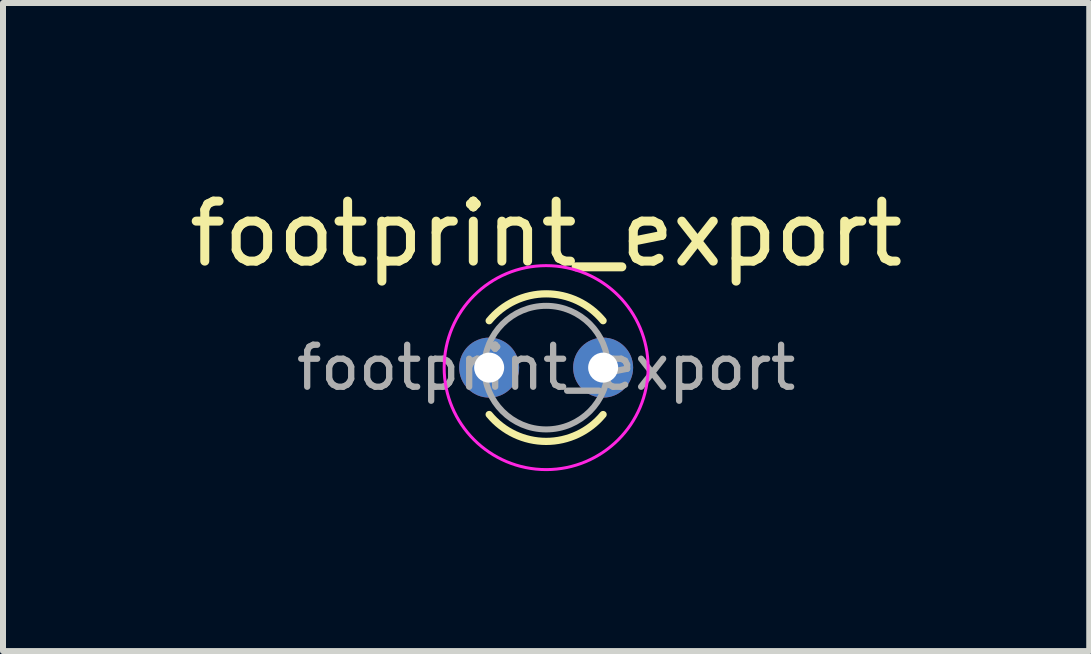
<source format=kicad_pcb>
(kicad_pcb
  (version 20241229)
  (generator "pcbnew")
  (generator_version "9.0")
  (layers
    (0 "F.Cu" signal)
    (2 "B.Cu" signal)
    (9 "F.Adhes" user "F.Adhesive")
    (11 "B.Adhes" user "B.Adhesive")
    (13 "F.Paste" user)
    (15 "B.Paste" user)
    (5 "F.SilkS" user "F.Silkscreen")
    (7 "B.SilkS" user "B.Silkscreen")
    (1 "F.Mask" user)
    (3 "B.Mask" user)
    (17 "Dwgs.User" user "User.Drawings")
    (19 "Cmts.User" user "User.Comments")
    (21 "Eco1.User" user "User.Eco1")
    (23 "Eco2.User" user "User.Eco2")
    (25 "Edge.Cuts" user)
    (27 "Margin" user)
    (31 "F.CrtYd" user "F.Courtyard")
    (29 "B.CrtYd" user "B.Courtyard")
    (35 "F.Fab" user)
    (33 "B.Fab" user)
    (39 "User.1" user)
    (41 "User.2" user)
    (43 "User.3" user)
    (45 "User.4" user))
  (footprint "footprint_export"
    (layer "F.Cu")
    (at 5.104 3.078)
    (property "Reference" "footprint_export" (at 0.95 -2.23 0) (layer "F.SilkS") (effects (font (size 1 1) (thickness 0.15))))
    (attr through_hole)
    (fp_arc (start 0 -0.781281) (mid 0.949655 -1.23) (end 1.899561 -0.781814) (stroke (width 0.12) (type solid)) (layer "F.SilkS"))
    (fp_arc (start 1.899561 0.781814) (mid 0.949655 1.23) (end 0 0.781281) (stroke (width 0.12) (type solid)) (layer "F.SilkS"))
    (fp_circle (center 0.95 0) (end 2.65 0) (stroke (width 0.05) (type solid)) (fill no) (layer "F.CrtYd"))
    (fp_circle (center 0.95 0) (end 1.98 0) (stroke (width 0.1) (type solid)) (fill no) (layer "F.Fab"))
    (fp_text user "${REFERENCE}" (at 0.95 0 0) (layer "F.Fab") (effects (font (size 0.7 0.7) (thickness 0.105))))
    (pad "1" thru_hole circle (at 0 0) (size 1 1) (drill 0.5) (layers "*.Cu" "*.Mask"))
    (pad "2" thru_hole circle (at 1.9 0) (size 1 1) (drill 0.5) (layers "*.Cu" "*.Mask")))
  (gr_rect
    (start -3 -3)
    (end 15.107 7.803)
    (stroke (width 0.1) (type default))
    (fill no)
    (layer "Edge.Cuts")))
</source>
